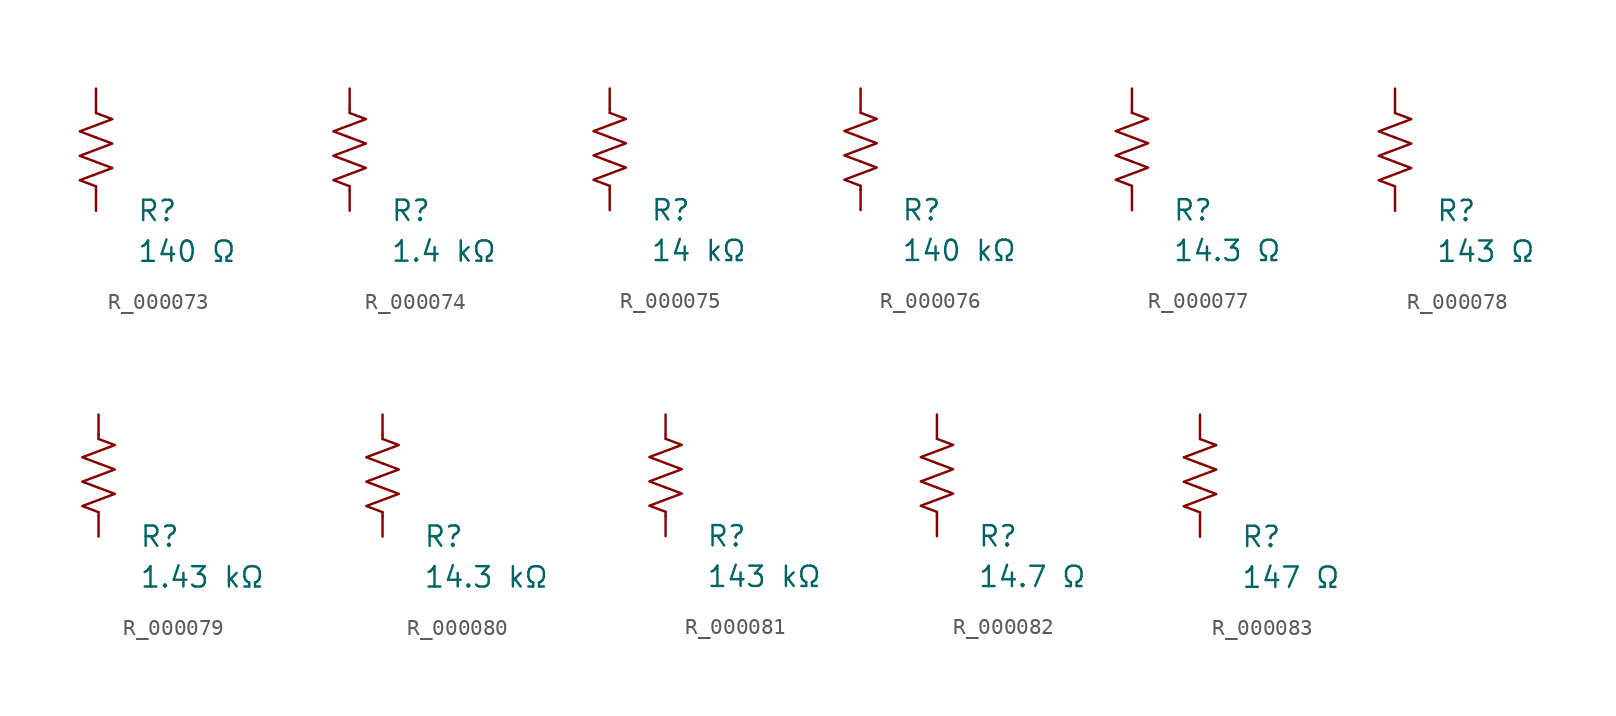
<source format=kicad_sym>
(kicad_symbol_lib
  (version 20231120)
  (generator "kicad_symbol_editor")
  (generator_version "8.0")
  (symbol "R_000073"
    (pin_numbers hide)
    (pin_names
      (offset 0))
    (property "Reference" "R"
      (at 2.54 -3.81 0)
      (effects (font (size 1.27 1.27)) (justify left))
      (show_name no))
    (property "Value" "140 Ω"
      (at 2.54 -6.35 0)
      (effects (font (size 1.27 1.27)) (justify left))
      (show_name no))
    (symbol "R_000073_0_1"
      (polyline (pts (xy 0 -2.286) (xy 0 -2.54)) (stroke (width 0) (type default)) (fill (type none)))
      (polyline (pts (xy 0 2.286) (xy 0 2.54)) (stroke (width 0) (type default)) (fill (type none)))
      (polyline (pts (xy 0 -0.762) (xy 1.016 -1.143) (xy 0 -1.524) (xy -1.016 -1.905) (xy 0 -2.286)) (stroke (width 0) (type default)) (fill (type none)))
      (polyline (pts (xy 0 0.762) (xy 1.016 0.381) (xy 0 0) (xy -1.016 -0.381) (xy 0 -0.762)) (stroke (width 0) (type default)) (fill (type none)))
      (polyline (pts (xy 0 2.286) (xy 1.016 1.905) (xy 0 1.524) (xy -1.016 1.143) (xy 0 0.762)) (stroke (width 0) (type default)) (fill (type none))))
    (symbol "R_000073_1_1"
      (pin passive line (at 0 3.81 270) (length 1.27) (name "~" (effects (font (size 1.27 1.27)))) (number "1" (effects (font (size 1.27 1.27)))))
      (pin passive line (at 0 -3.81 90) (length 1.27) (name "~" (effects (font (size 1.27 1.27)))) (number "2" (effects (font (size 1.27 1.27)))))))
  (symbol "R_000074"
    (pin_numbers hide)
    (pin_names
      (offset 0))
    (property "Reference" "R"
      (at 2.54 -3.81 0)
      (effects (font (size 1.27 1.27)) (justify left))
      (show_name no))
    (property "Value" "1.4 kΩ"
      (at 2.54 -6.35 0)
      (effects (font (size 1.27 1.27)) (justify left))
      (show_name no))
    (symbol "R_000074_0_1"
      (polyline (pts (xy 0 -2.286) (xy 0 -2.54)) (stroke (width 0) (type default)) (fill (type none)))
      (polyline (pts (xy 0 2.286) (xy 0 2.54)) (stroke (width 0) (type default)) (fill (type none)))
      (polyline (pts (xy 0 -0.762) (xy 1.016 -1.143) (xy 0 -1.524) (xy -1.016 -1.905) (xy 0 -2.286)) (stroke (width 0) (type default)) (fill (type none)))
      (polyline (pts (xy 0 0.762) (xy 1.016 0.381) (xy 0 0) (xy -1.016 -0.381) (xy 0 -0.762)) (stroke (width 0) (type default)) (fill (type none)))
      (polyline (pts (xy 0 2.286) (xy 1.016 1.905) (xy 0 1.524) (xy -1.016 1.143) (xy 0 0.762)) (stroke (width 0) (type default)) (fill (type none))))
    (symbol "R_000074_1_1"
      (pin passive line (at 0 3.81 270) (length 1.27) (name "~" (effects (font (size 1.27 1.27)))) (number "1" (effects (font (size 1.27 1.27)))))
      (pin passive line (at 0 -3.81 90) (length 1.27) (name "~" (effects (font (size 1.27 1.27)))) (number "2" (effects (font (size 1.27 1.27)))))))
  (symbol "R_000075"
    (pin_numbers hide)
    (pin_names
      (offset 0))
    (property "Reference" "R"
      (at 2.54 -3.81 0)
      (effects (font (size 1.27 1.27)) (justify left))
      (show_name no))
    (property "Value" "14 kΩ"
      (at 2.54 -6.35 0)
      (effects (font (size 1.27 1.27)) (justify left))
      (show_name no))
    (symbol "R_000075_0_1"
      (polyline (pts (xy 0 -2.286) (xy 0 -2.54)) (stroke (width 0) (type default)) (fill (type none)))
      (polyline (pts (xy 0 2.286) (xy 0 2.54)) (stroke (width 0) (type default)) (fill (type none)))
      (polyline (pts (xy 0 -0.762) (xy 1.016 -1.143) (xy 0 -1.524) (xy -1.016 -1.905) (xy 0 -2.286)) (stroke (width 0) (type default)) (fill (type none)))
      (polyline (pts (xy 0 0.762) (xy 1.016 0.381) (xy 0 0) (xy -1.016 -0.381) (xy 0 -0.762)) (stroke (width 0) (type default)) (fill (type none)))
      (polyline (pts (xy 0 2.286) (xy 1.016 1.905) (xy 0 1.524) (xy -1.016 1.143) (xy 0 0.762)) (stroke (width 0) (type default)) (fill (type none))))
    (symbol "R_000075_1_1"
      (pin passive line (at 0 3.81 270) (length 1.27) (name "~" (effects (font (size 1.27 1.27)))) (number "1" (effects (font (size 1.27 1.27)))))
      (pin passive line (at 0 -3.81 90) (length 1.27) (name "~" (effects (font (size 1.27 1.27)))) (number "2" (effects (font (size 1.27 1.27)))))))
  (symbol "R_000076"
    (pin_numbers hide)
    (pin_names
      (offset 0))
    (property "Reference" "R"
      (at 2.54 -3.81 0)
      (effects (font (size 1.27 1.27)) (justify left))
      (show_name no))
    (property "Value" "140 kΩ"
      (at 2.54 -6.35 0)
      (effects (font (size 1.27 1.27)) (justify left))
      (show_name no))
    (symbol "R_000076_0_1"
      (polyline (pts (xy 0 -2.286) (xy 0 -2.54)) (stroke (width 0) (type default)) (fill (type none)))
      (polyline (pts (xy 0 2.286) (xy 0 2.54)) (stroke (width 0) (type default)) (fill (type none)))
      (polyline (pts (xy 0 -0.762) (xy 1.016 -1.143) (xy 0 -1.524) (xy -1.016 -1.905) (xy 0 -2.286)) (stroke (width 0) (type default)) (fill (type none)))
      (polyline (pts (xy 0 0.762) (xy 1.016 0.381) (xy 0 0) (xy -1.016 -0.381) (xy 0 -0.762)) (stroke (width 0) (type default)) (fill (type none)))
      (polyline (pts (xy 0 2.286) (xy 1.016 1.905) (xy 0 1.524) (xy -1.016 1.143) (xy 0 0.762)) (stroke (width 0) (type default)) (fill (type none))))
    (symbol "R_000076_1_1"
      (pin passive line (at 0 3.81 270) (length 1.27) (name "~" (effects (font (size 1.27 1.27)))) (number "1" (effects (font (size 1.27 1.27)))))
      (pin passive line (at 0 -3.81 90) (length 1.27) (name "~" (effects (font (size 1.27 1.27)))) (number "2" (effects (font (size 1.27 1.27)))))))
  (symbol "R_000077"
    (pin_numbers hide)
    (pin_names
      (offset 0))
    (property "Reference" "R"
      (at 2.54 -3.81 0)
      (effects (font (size 1.27 1.27)) (justify left))
      (show_name no))
    (property "Value" "14.3 Ω"
      (at 2.54 -6.35 0)
      (effects (font (size 1.27 1.27)) (justify left))
      (show_name no))
    (symbol "R_000077_0_1"
      (polyline (pts (xy 0 -2.286) (xy 0 -2.54)) (stroke (width 0) (type default)) (fill (type none)))
      (polyline (pts (xy 0 2.286) (xy 0 2.54)) (stroke (width 0) (type default)) (fill (type none)))
      (polyline (pts (xy 0 -0.762) (xy 1.016 -1.143) (xy 0 -1.524) (xy -1.016 -1.905) (xy 0 -2.286)) (stroke (width 0) (type default)) (fill (type none)))
      (polyline (pts (xy 0 0.762) (xy 1.016 0.381) (xy 0 0) (xy -1.016 -0.381) (xy 0 -0.762)) (stroke (width 0) (type default)) (fill (type none)))
      (polyline (pts (xy 0 2.286) (xy 1.016 1.905) (xy 0 1.524) (xy -1.016 1.143) (xy 0 0.762)) (stroke (width 0) (type default)) (fill (type none))))
    (symbol "R_000077_1_1"
      (pin passive line (at 0 3.81 270) (length 1.27) (name "~" (effects (font (size 1.27 1.27)))) (number "1" (effects (font (size 1.27 1.27)))))
      (pin passive line (at 0 -3.81 90) (length 1.27) (name "~" (effects (font (size 1.27 1.27)))) (number "2" (effects (font (size 1.27 1.27)))))))
  (symbol "R_000078"
    (pin_numbers hide)
    (pin_names
      (offset 0))
    (property "Reference" "R"
      (at 2.54 -3.81 0)
      (effects (font (size 1.27 1.27)) (justify left))
      (show_name no))
    (property "Value" "143 Ω"
      (at 2.54 -6.35 0)
      (effects (font (size 1.27 1.27)) (justify left))
      (show_name no))
    (symbol "R_000078_0_1"
      (polyline (pts (xy 0 -2.286) (xy 0 -2.54)) (stroke (width 0) (type default)) (fill (type none)))
      (polyline (pts (xy 0 2.286) (xy 0 2.54)) (stroke (width 0) (type default)) (fill (type none)))
      (polyline (pts (xy 0 -0.762) (xy 1.016 -1.143) (xy 0 -1.524) (xy -1.016 -1.905) (xy 0 -2.286)) (stroke (width 0) (type default)) (fill (type none)))
      (polyline (pts (xy 0 0.762) (xy 1.016 0.381) (xy 0 0) (xy -1.016 -0.381) (xy 0 -0.762)) (stroke (width 0) (type default)) (fill (type none)))
      (polyline (pts (xy 0 2.286) (xy 1.016 1.905) (xy 0 1.524) (xy -1.016 1.143) (xy 0 0.762)) (stroke (width 0) (type default)) (fill (type none))))
    (symbol "R_000078_1_1"
      (pin passive line (at 0 3.81 270) (length 1.27) (name "~" (effects (font (size 1.27 1.27)))) (number "1" (effects (font (size 1.27 1.27)))))
      (pin passive line (at 0 -3.81 90) (length 1.27) (name "~" (effects (font (size 1.27 1.27)))) (number "2" (effects (font (size 1.27 1.27)))))))
  (symbol "R_000079"
    (pin_numbers hide)
    (pin_names
      (offset 0))
    (property "Reference" "R"
      (at 2.54 -3.81 0)
      (effects (font (size 1.27 1.27)) (justify left))
      (show_name no))
    (property "Value" "1.43 kΩ"
      (at 2.54 -6.35 0)
      (effects (font (size 1.27 1.27)) (justify left))
      (show_name no))
    (symbol "R_000079_0_1"
      (polyline (pts (xy 0 -2.286) (xy 0 -2.54)) (stroke (width 0) (type default)) (fill (type none)))
      (polyline (pts (xy 0 2.286) (xy 0 2.54)) (stroke (width 0) (type default)) (fill (type none)))
      (polyline (pts (xy 0 -0.762) (xy 1.016 -1.143) (xy 0 -1.524) (xy -1.016 -1.905) (xy 0 -2.286)) (stroke (width 0) (type default)) (fill (type none)))
      (polyline (pts (xy 0 0.762) (xy 1.016 0.381) (xy 0 0) (xy -1.016 -0.381) (xy 0 -0.762)) (stroke (width 0) (type default)) (fill (type none)))
      (polyline (pts (xy 0 2.286) (xy 1.016 1.905) (xy 0 1.524) (xy -1.016 1.143) (xy 0 0.762)) (stroke (width 0) (type default)) (fill (type none))))
    (symbol "R_000079_1_1"
      (pin passive line (at 0 3.81 270) (length 1.27) (name "~" (effects (font (size 1.27 1.27)))) (number "1" (effects (font (size 1.27 1.27)))))
      (pin passive line (at 0 -3.81 90) (length 1.27) (name "~" (effects (font (size 1.27 1.27)))) (number "2" (effects (font (size 1.27 1.27)))))))
  (symbol "R_000080"
    (pin_numbers hide)
    (pin_names
      (offset 0))
    (property "Reference" "R"
      (at 2.54 -3.81 0)
      (effects (font (size 1.27 1.27)) (justify left))
      (show_name no))
    (property "Value" "14.3 kΩ"
      (at 2.54 -6.35 0)
      (effects (font (size 1.27 1.27)) (justify left))
      (show_name no))
    (symbol "R_000080_0_1"
      (polyline (pts (xy 0 -2.286) (xy 0 -2.54)) (stroke (width 0) (type default)) (fill (type none)))
      (polyline (pts (xy 0 2.286) (xy 0 2.54)) (stroke (width 0) (type default)) (fill (type none)))
      (polyline (pts (xy 0 -0.762) (xy 1.016 -1.143) (xy 0 -1.524) (xy -1.016 -1.905) (xy 0 -2.286)) (stroke (width 0) (type default)) (fill (type none)))
      (polyline (pts (xy 0 0.762) (xy 1.016 0.381) (xy 0 0) (xy -1.016 -0.381) (xy 0 -0.762)) (stroke (width 0) (type default)) (fill (type none)))
      (polyline (pts (xy 0 2.286) (xy 1.016 1.905) (xy 0 1.524) (xy -1.016 1.143) (xy 0 0.762)) (stroke (width 0) (type default)) (fill (type none))))
    (symbol "R_000080_1_1"
      (pin passive line (at 0 3.81 270) (length 1.27) (name "~" (effects (font (size 1.27 1.27)))) (number "1" (effects (font (size 1.27 1.27)))))
      (pin passive line (at 0 -3.81 90) (length 1.27) (name "~" (effects (font (size 1.27 1.27)))) (number "2" (effects (font (size 1.27 1.27)))))))
  (symbol "R_000081"
    (pin_numbers hide)
    (pin_names
      (offset 0))
    (property "Reference" "R"
      (at 2.54 -3.81 0)
      (effects (font (size 1.27 1.27)) (justify left))
      (show_name no))
    (property "Value" "143 kΩ"
      (at 2.54 -6.35 0)
      (effects (font (size 1.27 1.27)) (justify left))
      (show_name no))
    (symbol "R_000081_0_1"
      (polyline (pts (xy 0 -2.286) (xy 0 -2.54)) (stroke (width 0) (type default)) (fill (type none)))
      (polyline (pts (xy 0 2.286) (xy 0 2.54)) (stroke (width 0) (type default)) (fill (type none)))
      (polyline (pts (xy 0 -0.762) (xy 1.016 -1.143) (xy 0 -1.524) (xy -1.016 -1.905) (xy 0 -2.286)) (stroke (width 0) (type default)) (fill (type none)))
      (polyline (pts (xy 0 0.762) (xy 1.016 0.381) (xy 0 0) (xy -1.016 -0.381) (xy 0 -0.762)) (stroke (width 0) (type default)) (fill (type none)))
      (polyline (pts (xy 0 2.286) (xy 1.016 1.905) (xy 0 1.524) (xy -1.016 1.143) (xy 0 0.762)) (stroke (width 0) (type default)) (fill (type none))))
    (symbol "R_000081_1_1"
      (pin passive line (at 0 3.81 270) (length 1.27) (name "~" (effects (font (size 1.27 1.27)))) (number "1" (effects (font (size 1.27 1.27)))))
      (pin passive line (at 0 -3.81 90) (length 1.27) (name "~" (effects (font (size 1.27 1.27)))) (number "2" (effects (font (size 1.27 1.27)))))))
  (symbol "R_000082"
    (pin_numbers hide)
    (pin_names
      (offset 0))
    (property "Reference" "R"
      (at 2.54 -3.81 0)
      (effects (font (size 1.27 1.27)) (justify left))
      (show_name no))
    (property "Value" "14.7 Ω"
      (at 2.54 -6.35 0)
      (effects (font (size 1.27 1.27)) (justify left))
      (show_name no))
    (symbol "R_000082_0_1"
      (polyline (pts (xy 0 -2.286) (xy 0 -2.54)) (stroke (width 0) (type default)) (fill (type none)))
      (polyline (pts (xy 0 2.286) (xy 0 2.54)) (stroke (width 0) (type default)) (fill (type none)))
      (polyline (pts (xy 0 -0.762) (xy 1.016 -1.143) (xy 0 -1.524) (xy -1.016 -1.905) (xy 0 -2.286)) (stroke (width 0) (type default)) (fill (type none)))
      (polyline (pts (xy 0 0.762) (xy 1.016 0.381) (xy 0 0) (xy -1.016 -0.381) (xy 0 -0.762)) (stroke (width 0) (type default)) (fill (type none)))
      (polyline (pts (xy 0 2.286) (xy 1.016 1.905) (xy 0 1.524) (xy -1.016 1.143) (xy 0 0.762)) (stroke (width 0) (type default)) (fill (type none))))
    (symbol "R_000082_1_1"
      (pin passive line (at 0 3.81 270) (length 1.27) (name "~" (effects (font (size 1.27 1.27)))) (number "1" (effects (font (size 1.27 1.27)))))
      (pin passive line (at 0 -3.81 90) (length 1.27) (name "~" (effects (font (size 1.27 1.27)))) (number "2" (effects (font (size 1.27 1.27)))))))
  (symbol "R_000083"
    (pin_numbers hide)
    (pin_names
      (offset 0))
    (property "Reference" "R"
      (at 2.54 -3.81 0)
      (effects (font (size 1.27 1.27)) (justify left))
      (show_name no))
    (property "Value" "147 Ω"
      (at 2.54 -6.35 0)
      (effects (font (size 1.27 1.27)) (justify left))
      (show_name no))
    (symbol "R_000083_0_1"
      (polyline (pts (xy 0 -2.286) (xy 0 -2.54)) (stroke (width 0) (type default)) (fill (type none)))
      (polyline (pts (xy 0 2.286) (xy 0 2.54)) (stroke (width 0) (type default)) (fill (type none)))
      (polyline (pts (xy 0 -0.762) (xy 1.016 -1.143) (xy 0 -1.524) (xy -1.016 -1.905) (xy 0 -2.286)) (stroke (width 0) (type default)) (fill (type none)))
      (polyline (pts (xy 0 0.762) (xy 1.016 0.381) (xy 0 0) (xy -1.016 -0.381) (xy 0 -0.762)) (stroke (width 0) (type default)) (fill (type none)))
      (polyline (pts (xy 0 2.286) (xy 1.016 1.905) (xy 0 1.524) (xy -1.016 1.143) (xy 0 0.762)) (stroke (width 0) (type default)) (fill (type none))))
    (symbol "R_000083_1_1"
      (pin passive line (at 0 3.81 270) (length 1.27) (name "~" (effects (font (size 1.27 1.27)))) (number "1" (effects (font (size 1.27 1.27)))))
      (pin passive line (at 0 -3.81 90) (length 1.27) (name "~" (effects (font (size 1.27 1.27)))) (number "2" (effects (font (size 1.27 1.27))))))))
</source>
